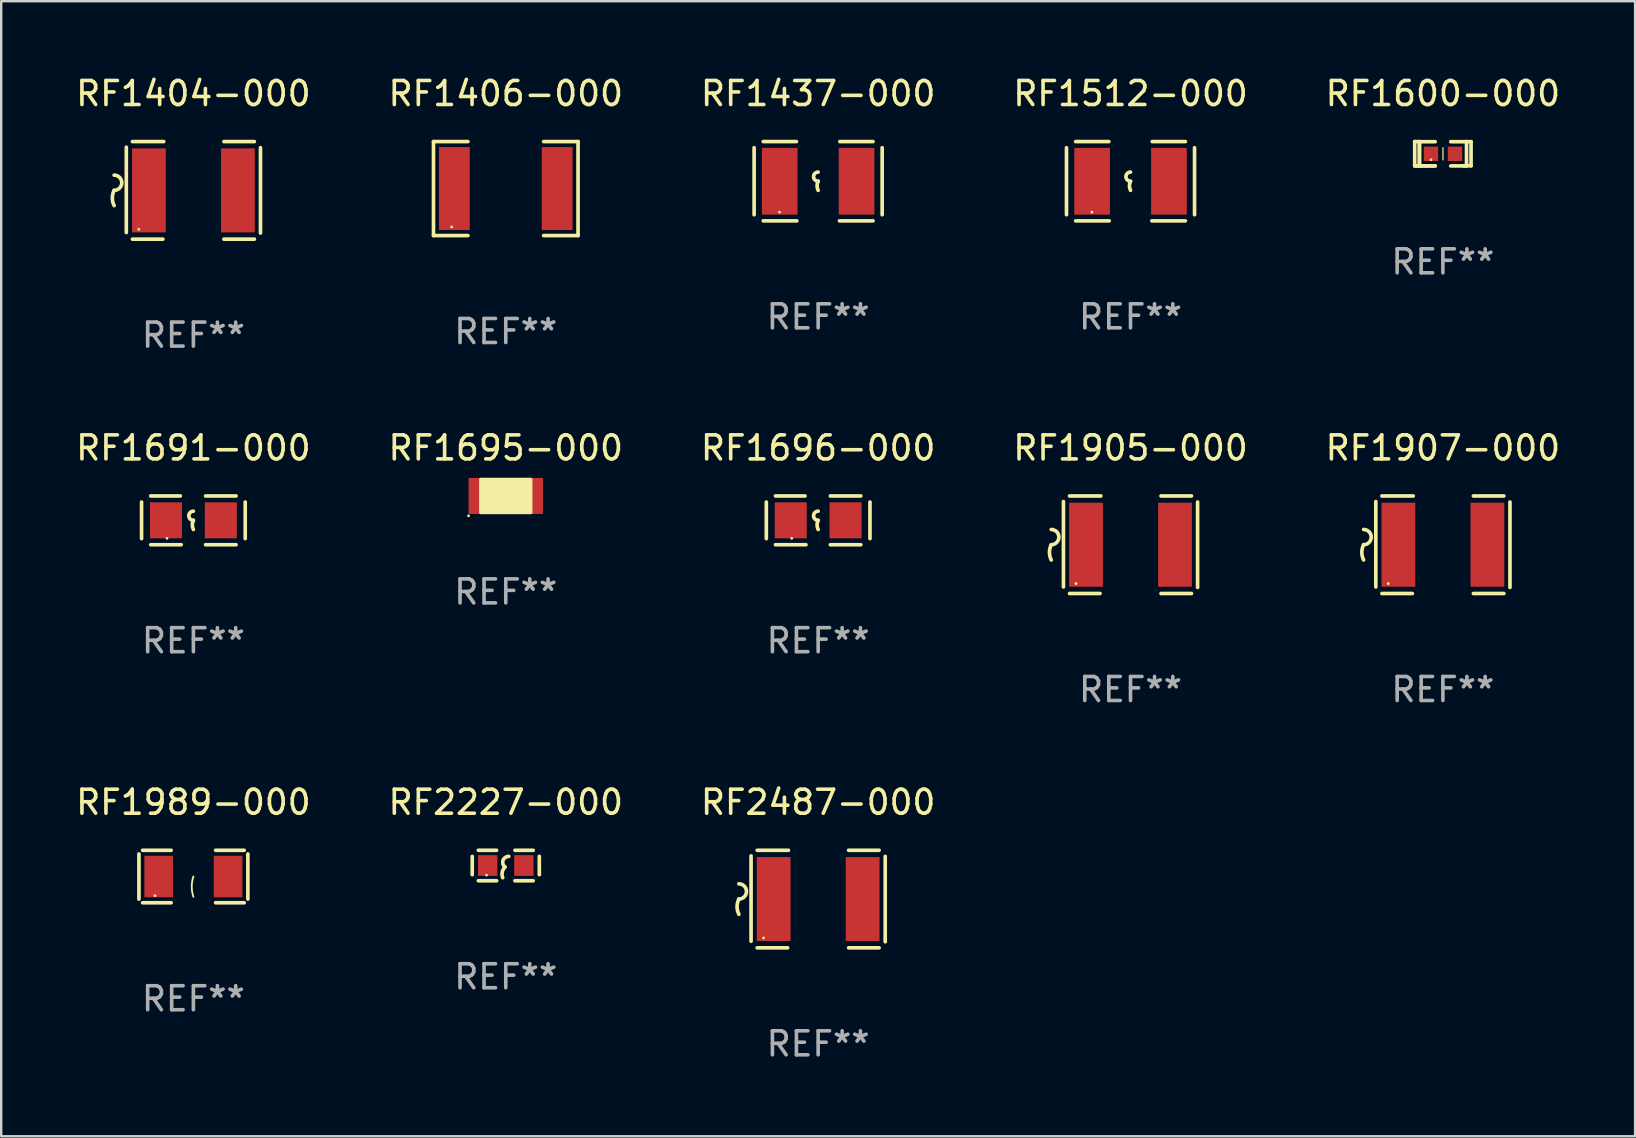
<source format=kicad_pcb>
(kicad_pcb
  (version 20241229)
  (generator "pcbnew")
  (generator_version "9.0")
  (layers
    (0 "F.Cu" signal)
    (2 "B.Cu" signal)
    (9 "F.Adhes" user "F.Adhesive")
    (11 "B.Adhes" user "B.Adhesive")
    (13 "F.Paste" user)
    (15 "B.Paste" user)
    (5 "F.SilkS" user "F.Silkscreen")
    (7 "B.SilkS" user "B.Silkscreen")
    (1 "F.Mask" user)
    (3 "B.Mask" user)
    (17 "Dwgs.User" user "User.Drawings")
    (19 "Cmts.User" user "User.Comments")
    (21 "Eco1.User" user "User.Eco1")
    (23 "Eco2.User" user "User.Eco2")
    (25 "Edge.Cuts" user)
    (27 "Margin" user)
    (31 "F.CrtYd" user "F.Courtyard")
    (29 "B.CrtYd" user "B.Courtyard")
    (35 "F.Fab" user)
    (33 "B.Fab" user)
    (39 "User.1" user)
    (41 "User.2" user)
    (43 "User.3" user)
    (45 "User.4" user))
  (footprint "RF1905-000"
    (layer "F.Cu")
    (at 44.042 19.641)
    (property "Reference" "RF1905-000" (at 0 -4.032 0) (layer "F.SilkS") (effects (font (size 1 1) (thickness 0.15))))
    (attr through_hole)
    (fp_line (start -2.794 -1.798) (end -2.794 1.758) (stroke (width 0.152) (type solid)) (layer "F.SilkS"))
    (fp_line (start -2.54 -2.032) (end -1.235 -2.032) (stroke (width 0.152) (type solid)) (layer "F.SilkS"))
    (fp_line (start -1.27 2.032) (end -2.54 2.032) (stroke (width 0.152) (type solid)) (layer "F.SilkS"))
    (fp_line (start 1.27 2.032) (end 2.54 2.032) (stroke (width 0.152) (type solid)) (layer "F.SilkS"))
    (fp_line (start 2.54 -2.032) (end 1.27 -2.032) (stroke (width 0.152) (type solid)) (layer "F.SilkS"))
    (fp_line (start 2.794 -1.778) (end 2.794 1.778) (stroke (width 0.152) (type solid)) (layer "F.SilkS"))
    (fp_arc (start -3.302007 -0.635002) (mid -2.984506 -0.317501) (end -3.302007 0) (stroke (width 0.151994) (type solid)) (layer "F.SilkS"))
    (fp_arc (start -3.302007 0.635002) (mid -3.376959 0.317501) (end -3.302007 0) (stroke (width 0.151994) (type solid)) (layer "F.SilkS"))
    (fp_circle (center -2.275 1.62) (end -2.245 1.62) (stroke (width 0.06) (type solid)) (fill no) (layer "F.SilkS"))
    (fp_text user "REF**" (at 0 6.032 0) (layer "F.Fab") (effects (font (size 1 1) (thickness 0.15))))
    (pad "1" smd rect (at -1.853 0) (size 1.407 3.499) (layers "F.Cu" "F.Mask" "F.Paste"))
    (pad "2" smd rect (at 1.853 0) (size 1.407 3.499) (layers "F.Cu" "F.Mask" "F.Paste")))
  (footprint "RF1600-000"
    (layer "F.Cu")
    (at 57.054 3.354)
    (property "Reference" "RF1600-000" (at 0 -2.506 0) (layer "F.SilkS") (effects (font (size 1 1) (thickness 0.15))))
    (attr through_hole)
    (fp_line (start -1.174 -0.506) (end -0.977 -0.502) (stroke (width 0.152) (type solid)) (layer "F.SilkS"))
    (fp_line (start -1.174 0.506) (end -1.174 -0.506) (stroke (width 0.152) (type solid)) (layer "F.SilkS"))
    (fp_line (start -0.977 -0.502) (end -0.977 0.506) (stroke (width 0.152) (type solid)) (layer "F.SilkS"))
    (fp_line (start -0.977 -0.502) (end -0.977 0.506) (stroke (width 0.152) (type solid)) (layer "F.SilkS"))
    (fp_line (start -0.977 0.506) (end -1.166 0.506) (stroke (width 0.152) (type solid)) (layer "F.SilkS"))
    (fp_line (start -0.977 0.506) (end -0.32 0.506) (stroke (width 0.152) (type solid)) (layer "F.SilkS"))
    (fp_line (start -0.977 0.506) (end -0.32 0.506) (stroke (width 0.152) (type solid)) (layer "F.SilkS"))
    (fp_line (start -0.971 0.506) (end -1.174 0.506) (stroke (width 0.152) (type solid)) (layer "F.SilkS"))
    (fp_line (start -0.32 -0.502) (end -0.977 -0.502) (stroke (width 0.152) (type solid)) (layer "F.SilkS"))
    (fp_line (start 0.004 -0.252) (end 0.004 0.256) (stroke (width 0.051) (type solid)) (layer "F.SilkS"))
    (fp_line (start 0.328 0.506) (end 0.985 0.506) (stroke (width 0.152) (type solid)) (layer "F.SilkS"))
    (fp_line (start 0.985 -0.502) (end 0.328 -0.502) (stroke (width 0.152) (type solid)) (layer "F.SilkS"))
    (fp_line (start 0.985 -0.502) (end 1.174 -0.502) (stroke (width 0.152) (type solid)) (layer "F.SilkS"))
    (fp_line (start 0.985 0.506) (end 0.985 -0.502) (stroke (width 0.152) (type solid)) (layer "F.SilkS"))
    (fp_line (start 1.174 -0.502) (end 1.174 0.502) (stroke (width 0.152) (type solid)) (layer "F.SilkS"))
    (fp_line (start 1.174 0.502) (end 0.851 0.502) (stroke (width 0.152) (type solid)) (layer "F.SilkS"))
    (fp_circle (center -0.497 0.253) (end -0.467 0.253) (stroke (width 0.06) (type solid)) (fill no) (layer "F.SilkS"))
    (fp_text user "REF**" (at 0 4.506 0) (layer "F.Fab") (effects (font (size 1 1) (thickness 0.15))))
    (pad "1" smd rect (at -0.496 0.002) (size 0.6 0.6) (layers "F.Cu" "F.Mask" "F.Paste"))
    (pad "2" smd rect (at 0.504 0.002) (size 0.6 0.6) (layers "F.Cu" "F.Mask" "F.Paste")))
  (footprint "RF1437-000"
    (layer "F.Cu")
    (at 31.03 4.499)
    (property "Reference" "RF1437-000" (at 0 -3.651 0) (layer "F.SilkS") (effects (font (size 1 1) (thickness 0.15))))
    (attr through_hole)
    (fp_line (start -2.667 -1.397) (end -2.667 1.397) (stroke (width 0.152) (type solid)) (layer "F.SilkS"))
    (fp_line (start -2.286 -1.651) (end -0.903 -1.651) (stroke (width 0.152) (type solid)) (layer "F.SilkS"))
    (fp_line (start -0.889 1.651) (end -2.286 1.651) (stroke (width 0.152) (type solid)) (layer "F.SilkS"))
    (fp_line (start 0.889 1.651) (end 2.286 1.651) (stroke (width 0.152) (type solid)) (layer "F.SilkS"))
    (fp_line (start 2.286 -1.651) (end 0.903 -1.651) (stroke (width 0.152) (type solid)) (layer "F.SilkS"))
    (fp_line (start 2.667 -1.397) (end 2.667 1.397) (stroke (width 0.152) (type solid)) (layer "F.SilkS"))
    (fp_arc (start 0 0) (mid -0.1905 -0.1905) (end 0 -0.381) (stroke (width 0.151994) (type solid)) (layer "F.SilkS"))
    (fp_arc (start 0 0.381001) (mid -0.044971 0.1905) (end 0 0) (stroke (width 0.151994) (type solid)) (layer "F.SilkS"))
    (fp_circle (center -1.608 1.288) (end -1.578 1.288) (stroke (width 0.06) (type solid)) (fill no) (layer "F.SilkS"))
    (fp_text user "REF**" (at 0 5.651 0) (layer "F.Fab") (effects (font (size 1 1) (thickness 0.15))))
    (pad "1" smd rect (at -1.6 0) (size 1.485 2.781) (layers "F.Cu" "F.Mask" "F.Paste"))
    (pad "2" smd rect (at 1.6 0) (size 1.485 2.781) (layers "F.Cu" "F.Mask" "F.Paste")))
  (footprint "RF2227-000"
    (layer "F.Cu")
    (at 18.018 33.004)
    (property "Reference" "RF2227-000" (at 0 -2.635 0) (layer "F.SilkS") (effects (font (size 1 1) (thickness 0.15))))
    (attr through_hole)
    (fp_line (start -1.397 -0.381) (end -1.397 0.381) (stroke (width 0.152) (type solid)) (layer "F.SilkS"))
    (fp_line (start -0.381 -0.635) (end -1.143 -0.635) (stroke (width 0.152) (type solid)) (layer "F.SilkS"))
    (fp_line (start -0.381 0.635) (end -1.143 0.635) (stroke (width 0.152) (type solid)) (layer "F.SilkS"))
    (fp_line (start 0.381 -0.635) (end 1.143 -0.635) (stroke (width 0.152) (type solid)) (layer "F.SilkS"))
    (fp_line (start 0.381 0.635) (end 1.143 0.635) (stroke (width 0.152) (type solid)) (layer "F.SilkS"))
    (fp_line (start 1.397 -0.381) (end 1.397 0.381) (stroke (width 0.152) (type solid)) (layer "F.SilkS"))
    (fp_arc (start -0.127 0.508001) (mid -0.146523 0.271131) (end -0.030861 0.0635) (stroke (width 0.151994) (type solid)) (layer "F.SilkS"))
    (fp_arc (start -0.03175 0.0635) (mid -0.113571 -0.216321) (end 0.127001 -0.381002) (stroke (width 0.151994) (type solid)) (layer "F.SilkS"))
    (fp_circle (center -0.8 0.4) (end -0.77 0.4) (stroke (width 0.06) (type solid)) (fill no) (layer "F.SilkS"))
    (fp_text user "REF**" (at 0 4.635 0) (layer "F.Fab") (effects (font (size 1 1) (thickness 0.15))))
    (pad "1" smd rect (at -0.753 0) (size 0.806 0.864) (layers "F.Cu" "F.Mask" "F.Paste"))
    (pad "2" smd rect (at 0.753 0) (size 0.806 0.864) (layers "F.Cu" "F.Mask" "F.Paste")))
  (footprint "RF1696-000"
    (layer "F.Cu")
    (at 31.03 18.625)
    (property "Reference" "RF1696-000" (at 0 -3.016 0) (layer "F.SilkS") (effects (font (size 1 1) (thickness 0.15))))
    (attr through_hole)
    (fp_line (start -2.159 -0.762) (end -2.159 0.762) (stroke (width 0.152) (type solid)) (layer "F.SilkS"))
    (fp_line (start -1.778 -1.016) (end -0.545 -1.016) (stroke (width 0.152) (type solid)) (layer "F.SilkS"))
    (fp_line (start -0.508 1.016) (end -1.778 1.016) (stroke (width 0.152) (type solid)) (layer "F.SilkS"))
    (fp_line (start 0.508 1.016) (end 1.778 1.016) (stroke (width 0.152) (type solid)) (layer "F.SilkS"))
    (fp_line (start 1.778 -1.016) (end 0.508 -1.016) (stroke (width 0.152) (type solid)) (layer "F.SilkS"))
    (fp_line (start 2.159 -0.762) (end 2.159 0.762) (stroke (width 0.152) (type solid)) (layer "F.SilkS"))
    (fp_arc (start 0 0) (mid -0.1905 -0.1905) (end 0 -0.381) (stroke (width 0.151994) (type solid)) (layer "F.SilkS"))
    (fp_arc (start 0 0.381001) (mid -0.044971 0.1905) (end 0 0) (stroke (width 0.151994) (type solid)) (layer "F.SilkS"))
    (fp_circle (center -1.1 0.75) (end -1.07 0.75) (stroke (width 0.06) (type solid)) (fill no) (layer "F.SilkS"))
    (fp_text user "REF**" (at 0 5.016 0) (layer "F.Fab") (effects (font (size 1 1) (thickness 0.15))))
    (pad "1" smd rect (at -1.142 0) (size 1.335 1.5) (layers "F.Cu" "F.Mask" "F.Paste"))
    (pad "2" smd rect (at 1.142 0) (size 1.335 1.5) (layers "F.Cu" "F.Mask" "F.Paste")))
  (footprint "RF1404-000"
    (layer "F.Cu")
    (at 5.006 4.88)
    (property "Reference" "RF1404-000" (at 0 -4.032 0) (layer "F.SilkS") (effects (font (size 1 1) (thickness 0.15))))
    (attr through_hole)
    (fp_line (start -2.794 -1.798) (end -2.794 1.758) (stroke (width 0.152) (type solid)) (layer "F.SilkS"))
    (fp_line (start -2.54 -2.032) (end -1.235 -2.032) (stroke (width 0.152) (type solid)) (layer "F.SilkS"))
    (fp_line (start -1.27 2.032) (end -2.54 2.032) (stroke (width 0.152) (type solid)) (layer "F.SilkS"))
    (fp_line (start 1.27 2.032) (end 2.54 2.032) (stroke (width 0.152) (type solid)) (layer "F.SilkS"))
    (fp_line (start 2.54 -2.032) (end 1.27 -2.032) (stroke (width 0.152) (type solid)) (layer "F.SilkS"))
    (fp_line (start 2.794 -1.778) (end 2.794 1.778) (stroke (width 0.152) (type solid)) (layer "F.SilkS"))
    (fp_arc (start -3.302007 -0.635002) (mid -2.984506 -0.317501) (end -3.302007 0) (stroke (width 0.151994) (type solid)) (layer "F.SilkS"))
    (fp_arc (start -3.302007 0.635002) (mid -3.376959 0.317501) (end -3.302007 0) (stroke (width 0.151994) (type solid)) (layer "F.SilkS"))
    (fp_circle (center -2.275 1.62) (end -2.245 1.62) (stroke (width 0.06) (type solid)) (fill no) (layer "F.SilkS"))
    (fp_text user "REF**" (at 0 6.032 0) (layer "F.Fab") (effects (font (size 1 1) (thickness 0.15))))
    (pad "1" smd rect (at -1.853 0) (size 1.407 3.499) (layers "F.Cu" "F.Mask" "F.Paste"))
    (pad "2" smd rect (at 1.853 0) (size 1.407 3.499) (layers "F.Cu" "F.Mask" "F.Paste")))
  (footprint "RF1695-000"
    (layer "F.Cu")
    (at 18.018 17.609)
    (property "Reference" "RF1695-000" (at 0 -2 0) (layer "F.SilkS") (effects (font (size 1 1) (thickness 0.15))))
    (attr through_hole)
    (fp_circle (center -1.55 0.827) (end -1.52 0.827) (stroke (width 0.06) (type solid)) (fill no) (layer "F.SilkS"))
    (fp_poly (pts (xy -1.05 -0.7) (xy 1.05 -0.7) (xy 1.05 0.7) (xy -1.05 0.7)) (stroke (width 0.12) (type solid)) (fill yes) (layer "F.SilkS"))
    (fp_text user "REF**" (at 0 4 0) (layer "F.Fab") (effects (font (size 1 1) (thickness 0.15))))
    (pad "1" smd rect (at -1.05 0 270) (size 1.5 1) (layers "F.Cu" "F.Mask" "F.Paste"))
    (pad "2" smd rect (at 1.05 0 270) (size 1.5 1) (layers "F.Cu" "F.Mask" "F.Paste")))
  (footprint "RF1989-000"
    (layer "F.Cu")
    (at 5.006 33.462)
    (property "Reference" "RF1989-000" (at 0 -3.093 0) (layer "F.SilkS") (effects (font (size 1 1) (thickness 0.15))))
    (attr through_hole)
    (fp_line (start -2.269 -0.94) (end -2.269 0.94) (stroke (width 0.152) (type solid)) (layer "F.SilkS"))
    (fp_line (start -2.116 1.093) (end -0.926 1.093) (stroke (width 0.152) (type solid)) (layer "F.SilkS"))
    (fp_line (start -0.926 -1.093) (end -2.116 -1.093) (stroke (width 0.152) (type solid)) (layer "F.SilkS"))
    (fp_line (start 0.926 -1.093) (end 2.116 -1.093) (stroke (width 0.152) (type solid)) (layer "F.SilkS"))
    (fp_line (start 2.116 1.093) (end 0.926 1.093) (stroke (width 0.152) (type solid)) (layer "F.SilkS"))
    (fp_line (start 2.269 -0.94) (end 2.269 0.94) (stroke (width 0.152) (type solid)) (layer "F.SilkS"))
    (fp_arc (start 0 0.844951) (mid -0.068559 0.422475) (end 0 0) (stroke (width 0.0762) (type solid)) (layer "F.SilkS"))
    (fp_circle (center -1.6 0.8) (end -1.57 0.8) (stroke (width 0.06) (type solid)) (fill no) (layer "F.SilkS"))
    (fp_text user "REF**" (at 0 5.093 0) (layer "F.Fab") (effects (font (size 1 1) (thickness 0.15))))
    (pad "1" smd rect (at -1.445 0) (size 1.19 1.728) (layers "F.Cu" "F.Mask" "F.Paste"))
    (pad "2" smd rect (at 1.445 0) (size 1.19 1.728) (layers "F.Cu" "F.Mask" "F.Paste")))
  (footprint "RF1691-000"
    (layer "F.Cu")
    (at 5.006 18.625)
    (property "Reference" "RF1691-000" (at 0 -3.016 0) (layer "F.SilkS") (effects (font (size 1 1) (thickness 0.15))))
    (attr through_hole)
    (fp_line (start -2.159 -0.762) (end -2.159 0.762) (stroke (width 0.152) (type solid)) (layer "F.SilkS"))
    (fp_line (start -1.778 -1.016) (end -0.545 -1.016) (stroke (width 0.152) (type solid)) (layer "F.SilkS"))
    (fp_line (start -0.508 1.016) (end -1.778 1.016) (stroke (width 0.152) (type solid)) (layer "F.SilkS"))
    (fp_line (start 0.508 1.016) (end 1.778 1.016) (stroke (width 0.152) (type solid)) (layer "F.SilkS"))
    (fp_line (start 1.778 -1.016) (end 0.508 -1.016) (stroke (width 0.152) (type solid)) (layer "F.SilkS"))
    (fp_line (start 2.159 -0.762) (end 2.159 0.762) (stroke (width 0.152) (type solid)) (layer "F.SilkS"))
    (fp_arc (start 0 0) (mid -0.1905 -0.1905) (end 0 -0.381) (stroke (width 0.151994) (type solid)) (layer "F.SilkS"))
    (fp_arc (start 0 0.381001) (mid -0.044971 0.1905) (end 0 0) (stroke (width 0.151994) (type solid)) (layer "F.SilkS"))
    (fp_circle (center -1.1 0.75) (end -1.07 0.75) (stroke (width 0.06) (type solid)) (fill no) (layer "F.SilkS"))
    (fp_text user "REF**" (at 0 5.016 0) (layer "F.Fab") (effects (font (size 1 1) (thickness 0.15))))
    (pad "1" smd rect (at -1.142 0) (size 1.335 1.5) (layers "F.Cu" "F.Mask" "F.Paste"))
    (pad "2" smd rect (at 1.142 0) (size 1.335 1.5) (layers "F.Cu" "F.Mask" "F.Paste")))
  (footprint "RF2487-000"
    (layer "F.Cu")
    (at 31.03 34.401)
    (property "Reference" "RF2487-000" (at 0 -4.032 0) (layer "F.SilkS") (effects (font (size 1 1) (thickness 0.15))))
    (attr through_hole)
    (fp_line (start -2.794 -1.798) (end -2.794 1.758) (stroke (width 0.152) (type solid)) (layer "F.SilkS"))
    (fp_line (start -2.54 -2.032) (end -1.235 -2.032) (stroke (width 0.152) (type solid)) (layer "F.SilkS"))
    (fp_line (start -1.27 2.032) (end -2.54 2.032) (stroke (width 0.152) (type solid)) (layer "F.SilkS"))
    (fp_line (start 1.27 2.032) (end 2.54 2.032) (stroke (width 0.152) (type solid)) (layer "F.SilkS"))
    (fp_line (start 2.54 -2.032) (end 1.27 -2.032) (stroke (width 0.152) (type solid)) (layer "F.SilkS"))
    (fp_line (start 2.794 -1.778) (end 2.794 1.778) (stroke (width 0.152) (type solid)) (layer "F.SilkS"))
    (fp_arc (start -3.302007 -0.635002) (mid -2.984506 -0.317501) (end -3.302007 0) (stroke (width 0.151994) (type solid)) (layer "F.SilkS"))
    (fp_arc (start -3.302007 0.635002) (mid -3.376959 0.317501) (end -3.302007 0) (stroke (width 0.151994) (type solid)) (layer "F.SilkS"))
    (fp_circle (center -2.275 1.62) (end -2.245 1.62) (stroke (width 0.06) (type solid)) (fill no) (layer "F.SilkS"))
    (fp_text user "REF**" (at 0 6.032 0) (layer "F.Fab") (effects (font (size 1 1) (thickness 0.15))))
    (pad "1" smd rect (at -1.853 0) (size 1.407 3.499) (layers "F.Cu" "F.Mask" "F.Paste"))
    (pad "2" smd rect (at 1.853 0) (size 1.407 3.499) (layers "F.Cu" "F.Mask" "F.Paste")))
  (footprint "RF1512-000"
    (layer "F.Cu")
    (at 44.042 4.499)
    (property "Reference" "RF1512-000" (at 0 -3.651 0) (layer "F.SilkS") (effects (font (size 1 1) (thickness 0.15))))
    (attr through_hole)
    (fp_line (start -2.667 -1.397) (end -2.667 1.397) (stroke (width 0.152) (type solid)) (layer "F.SilkS"))
    (fp_line (start -2.286 -1.651) (end -0.903 -1.651) (stroke (width 0.152) (type solid)) (layer "F.SilkS"))
    (fp_line (start -0.889 1.651) (end -2.286 1.651) (stroke (width 0.152) (type solid)) (layer "F.SilkS"))
    (fp_line (start 0.889 1.651) (end 2.286 1.651) (stroke (width 0.152) (type solid)) (layer "F.SilkS"))
    (fp_line (start 2.286 -1.651) (end 0.903 -1.651) (stroke (width 0.152) (type solid)) (layer "F.SilkS"))
    (fp_line (start 2.667 -1.397) (end 2.667 1.397) (stroke (width 0.152) (type solid)) (layer "F.SilkS"))
    (fp_arc (start 0 0) (mid -0.1905 -0.1905) (end 0 -0.381) (stroke (width 0.151994) (type solid)) (layer "F.SilkS"))
    (fp_arc (start 0 0.381001) (mid -0.044971 0.1905) (end 0 0) (stroke (width 0.151994) (type solid)) (layer "F.SilkS"))
    (fp_circle (center -1.608 1.288) (end -1.578 1.288) (stroke (width 0.06) (type solid)) (fill no) (layer "F.SilkS"))
    (fp_text user "REF**" (at 0 5.651 0) (layer "F.Fab") (effects (font (size 1 1) (thickness 0.15))))
    (pad "1" smd rect (at -1.6 0) (size 1.485 2.781) (layers "F.Cu" "F.Mask" "F.Paste"))
    (pad "2" smd rect (at 1.6 0) (size 1.485 2.781) (layers "F.Cu" "F.Mask" "F.Paste")))
  (footprint "RF1907-000"
    (layer "F.Cu")
    (at 57.054 19.641)
    (property "Reference" "RF1907-000" (at 0 -4.032 0) (layer "F.SilkS") (effects (font (size 1 1) (thickness 0.15))))
    (attr through_hole)
    (fp_line (start -2.794 -1.798) (end -2.794 1.758) (stroke (width 0.152) (type solid)) (layer "F.SilkS"))
    (fp_line (start -2.54 -2.032) (end -1.235 -2.032) (stroke (width 0.152) (type solid)) (layer "F.SilkS"))
    (fp_line (start -1.27 2.032) (end -2.54 2.032) (stroke (width 0.152) (type solid)) (layer "F.SilkS"))
    (fp_line (start 1.27 2.032) (end 2.54 2.032) (stroke (width 0.152) (type solid)) (layer "F.SilkS"))
    (fp_line (start 2.54 -2.032) (end 1.27 -2.032) (stroke (width 0.152) (type solid)) (layer "F.SilkS"))
    (fp_line (start 2.794 -1.778) (end 2.794 1.778) (stroke (width 0.152) (type solid)) (layer "F.SilkS"))
    (fp_arc (start -3.302007 -0.635002) (mid -2.984506 -0.317501) (end -3.302007 0) (stroke (width 0.151994) (type solid)) (layer "F.SilkS"))
    (fp_arc (start -3.302007 0.635002) (mid -3.376959 0.317501) (end -3.302007 0) (stroke (width 0.151994) (type solid)) (layer "F.SilkS"))
    (fp_circle (center -2.275 1.62) (end -2.245 1.62) (stroke (width 0.06) (type solid)) (fill no) (layer "F.SilkS"))
    (fp_text user "REF**" (at 0 6.032 0) (layer "F.Fab") (effects (font (size 1 1) (thickness 0.15))))
    (pad "1" smd rect (at -1.853 0) (size 1.407 3.499) (layers "F.Cu" "F.Mask" "F.Paste"))
    (pad "2" smd rect (at 1.853 0) (size 1.407 3.499) (layers "F.Cu" "F.Mask" "F.Paste")))
  (footprint "RF1406-000"
    (layer "F.Cu")
    (at 18.018 4.805)
    (property "Reference" "RF1406-000" (at 0 -3.957 0) (layer "F.SilkS") (effects (font (size 1 1) (thickness 0.15))))
    (attr through_hole)
    (fp_line (start -3.011 -1.957) (end -1.576 -1.957) (stroke (width 0.152) (type solid)) (layer "F.SilkS"))
    (fp_line (start -3.011 1.957) (end -3.011 -1.957) (stroke (width 0.152) (type solid)) (layer "F.SilkS"))
    (fp_line (start -1.576 1.957) (end -3.011 1.957) (stroke (width 0.152) (type solid)) (layer "F.SilkS"))
    (fp_line (start 1.576 1.957) (end 3.011 1.957) (stroke (width 0.152) (type solid)) (layer "F.SilkS"))
    (fp_line (start 3.011 -1.957) (end 1.576 -1.957) (stroke (width 0.152) (type solid)) (layer "F.SilkS"))
    (fp_line (start 3.011 1.957) (end 3.011 -1.957) (stroke (width 0.152) (type solid)) (layer "F.SilkS"))
    (fp_circle (center -2.25 1.6) (end -2.22 1.6) (stroke (width 0.06) (type solid)) (fill no) (layer "F.SilkS"))
    (fp_text user "REF**" (at 0 5.957 0) (layer "F.Fab") (effects (font (size 1 1) (thickness 0.15))))
    (pad "1" smd rect (at -2.141 0) (size 1.283 3.456) (layers "F.Cu" "F.Mask" "F.Paste"))
    (pad "2" smd rect (at 2.141 0) (size 1.283 3.456) (layers "F.Cu" "F.Mask" "F.Paste")))
  (gr_rect
    (start -3 -3)
    (end 65.06 44.282)
    (stroke (width 0.1) (type default))
    (fill no)
    (layer "Edge.Cuts")))
</source>
